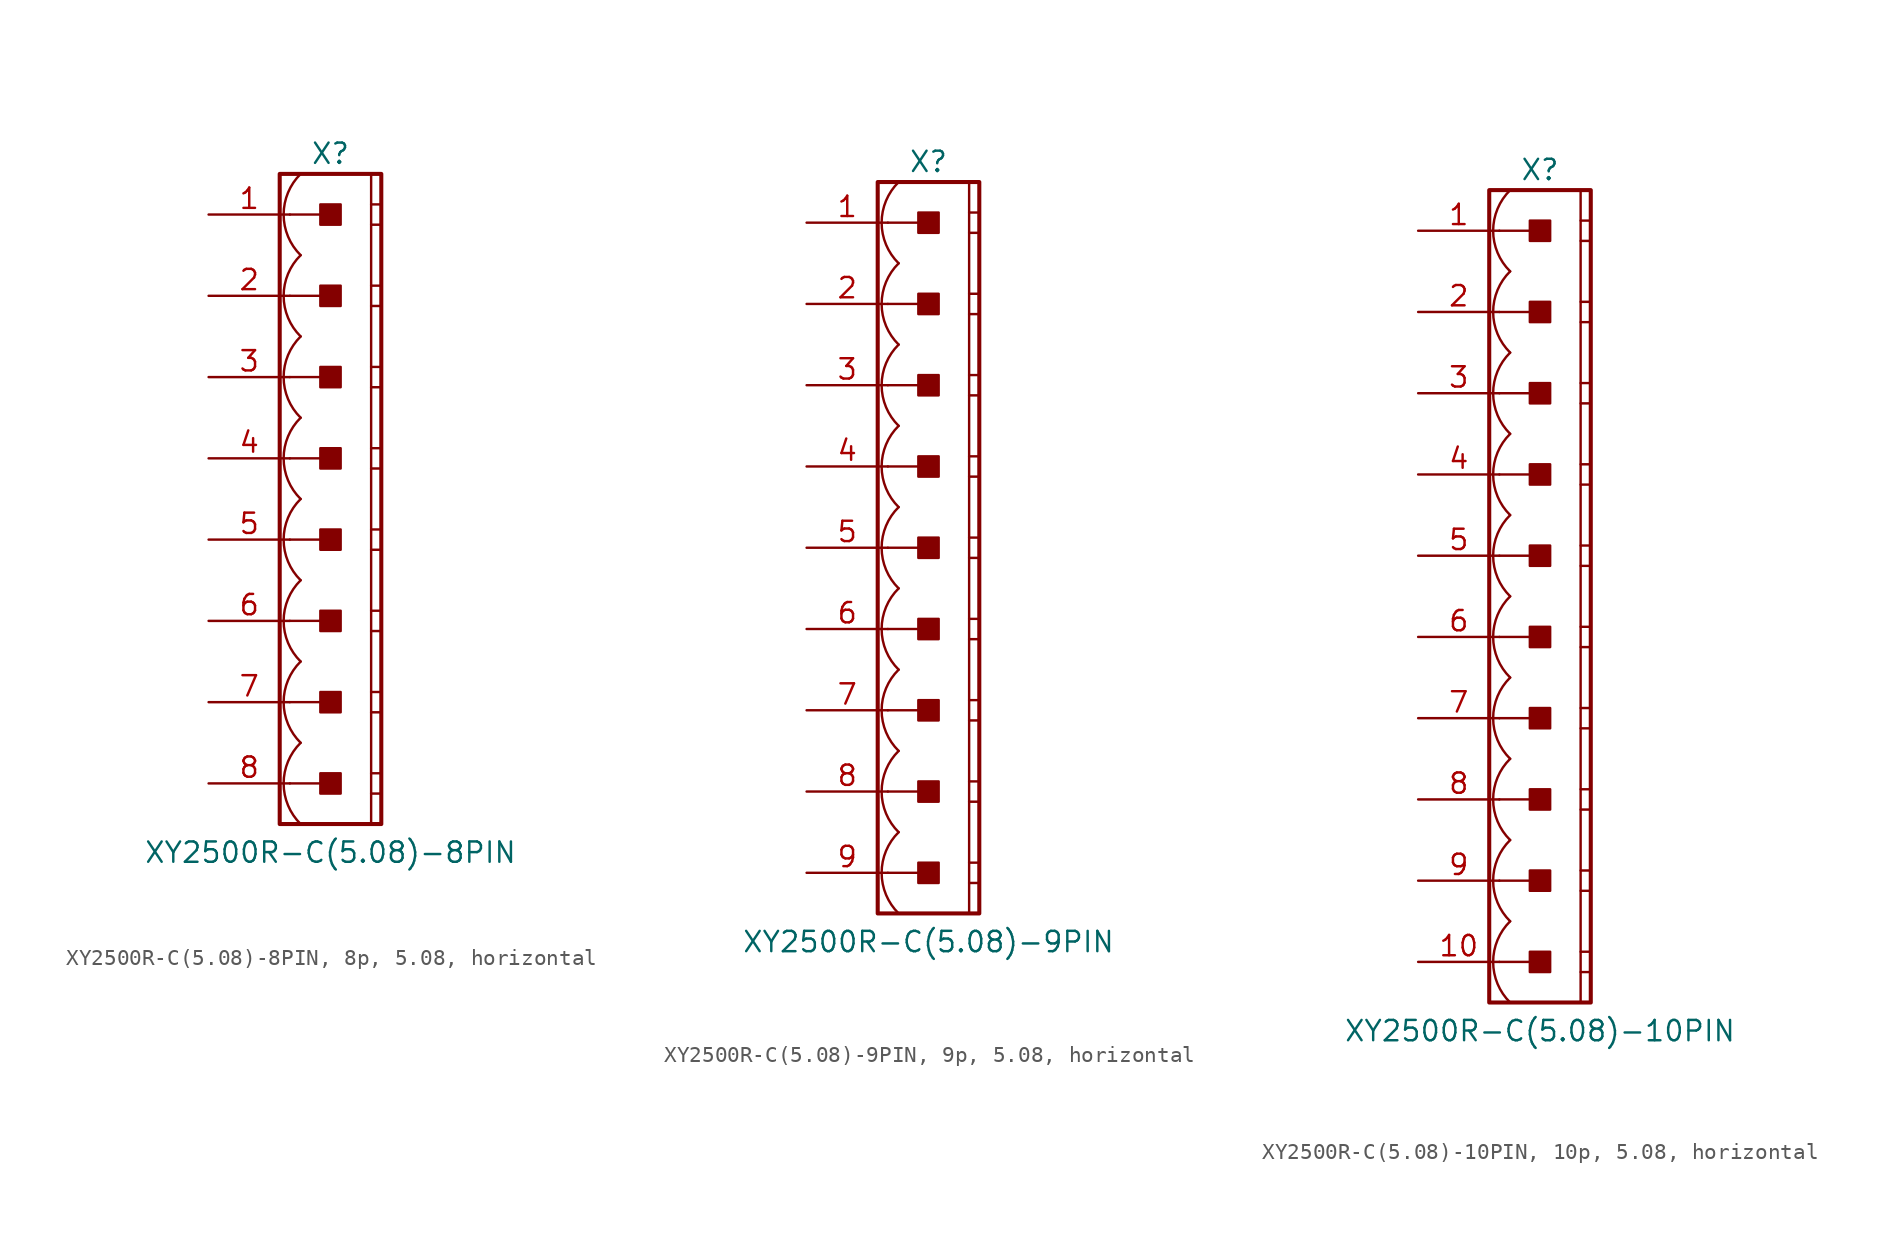
<source format=kicad_sym>
(kicad_symbol_lib
  (version 20241209)
  (generator "kicad_symbol_editor")
  (generator_version "9.0")
  (symbol "XY2500R-C(5.08)-8PIN, 8p, 5.08, horizontal"
    (pin_names
      (offset 1.016)
      (hide yes))
    (property "Reference" "X"
      (at 0 21.59 0)
      (effects (font (size 1.27 1.27))))
    (property "Value" "XY2500R-C(5.08)-8PIN"
      (at 0 -22.098 0)
      (effects (font (size 1.27 1.27))))
    (symbol "XY2500R-C(5.08)-8PIN, 8p, 5.08, horizontal_0_1"
      (polyline (pts (xy 2.54 20.32) (xy 2.54 -20.32)) (stroke (width 0.152) (type default)) (fill (type none)))
      (polyline (pts (xy 2.54 18.415) (xy 3.175 18.415)) (stroke (width 0.152) (type default)) (fill (type none)))
      (polyline (pts (xy 2.54 17.145) (xy 3.175 17.145)) (stroke (width 0.152) (type default)) (fill (type none)))
      (polyline (pts (xy 2.54 13.335) (xy 3.175 13.335)) (stroke (width 0.152) (type default)) (fill (type none)))
      (polyline (pts (xy 2.54 12.065) (xy 3.175 12.065)) (stroke (width 0.152) (type default)) (fill (type none)))
      (polyline (pts (xy 2.54 8.255) (xy 3.175 8.255)) (stroke (width 0.152) (type default)) (fill (type none)))
      (polyline (pts (xy 2.54 6.985) (xy 3.175 6.985)) (stroke (width 0.152) (type default)) (fill (type none)))
      (polyline (pts (xy 2.54 3.175) (xy 3.175 3.175)) (stroke (width 0.152) (type default)) (fill (type none)))
      (polyline (pts (xy 2.54 1.905) (xy 3.175 1.905)) (stroke (width 0.152) (type default)) (fill (type none)))
      (polyline (pts (xy 2.54 -1.905) (xy 3.175 -1.905)) (stroke (width 0.152) (type default)) (fill (type none)))
      (polyline (pts (xy 2.54 -3.175) (xy 3.175 -3.175)) (stroke (width 0.152) (type default)) (fill (type none)))
      (polyline (pts (xy 2.54 -6.985) (xy 3.175 -6.985)) (stroke (width 0.152) (type default)) (fill (type none)))
      (polyline (pts (xy 2.54 -8.255) (xy 3.175 -8.255)) (stroke (width 0.152) (type default)) (fill (type none)))
      (polyline (pts (xy 2.54 -12.065) (xy 3.175 -12.065)) (stroke (width 0.152) (type default)) (fill (type none)))
      (polyline (pts (xy 2.54 -13.335) (xy 3.175 -13.335)) (stroke (width 0.152) (type default)) (fill (type none)))
      (polyline (pts (xy 2.54 -17.145) (xy 3.175 -17.145)) (stroke (width 0.152) (type default)) (fill (type none)))
      (polyline (pts (xy 2.54 -18.415) (xy 3.175 -18.415)) (stroke (width 0.152) (type default)) (fill (type none))))
    (symbol "XY2500R-C(5.08)-8PIN, 8p, 5.08, horizontal_1_0"
      (polyline (pts (xy -2.54 17.78) (xy 0 17.78)) (stroke (width 0.152) (type default)) (fill (type none)))
      (polyline (pts (xy -2.54 12.7) (xy 0 12.7)) (stroke (width 0.152) (type default)) (fill (type none)))
      (polyline (pts (xy -2.54 7.62) (xy 0 7.62)) (stroke (width 0.152) (type default)) (fill (type none)))
      (polyline (pts (xy -2.54 2.54) (xy 0 2.54)) (stroke (width 0.152) (type default)) (fill (type none)))
      (polyline (pts (xy -2.54 -2.54) (xy 0 -2.54)) (stroke (width 0.152) (type default)) (fill (type none)))
      (polyline (pts (xy -2.54 -7.62) (xy 0 -7.62)) (stroke (width 0.152) (type default)) (fill (type none)))
      (polyline (pts (xy -2.54 -12.7) (xy 0 -12.7)) (stroke (width 0.152) (type default)) (fill (type none)))
      (polyline (pts (xy -2.54 -17.78) (xy 0 -17.78)) (stroke (width 0.152) (type default)) (fill (type none))))
    (symbol "XY2500R-C(5.08)-8PIN, 8p, 5.08, horizontal_1_1"
      (rectangle (start -3.175 20.32) (end 3.175 -20.32) (stroke (width 0.254) (type default)) (fill (type none)))
      (rectangle (start -0.635 17.145) (end 0.635 18.415) (stroke (width 0.152) (type default)) (fill (type outline)))
      (rectangle (start -0.635 12.065) (end 0.635 13.335) (stroke (width 0.152) (type default)) (fill (type outline)))
      (rectangle (start -0.635 6.985) (end 0.635 8.255) (stroke (width 0.152) (type default)) (fill (type outline)))
      (rectangle (start -0.635 1.905) (end 0.635 3.175) (stroke (width 0.152) (type default)) (fill (type outline)))
      (rectangle (start -0.635 -3.175) (end 0.635 -1.905) (stroke (width 0.152) (type default)) (fill (type outline)))
      (rectangle (start -0.635 -8.255) (end 0.635 -6.985) (stroke (width 0.152) (type default)) (fill (type outline)))
      (rectangle (start -0.635 -13.335) (end 0.635 -12.065) (stroke (width 0.152) (type default)) (fill (type outline)))
      (rectangle (start -0.635 -18.415) (end 0.635 -17.145) (stroke (width 0.152) (type default)) (fill (type outline)))
      (arc (start -1.8664 15.24) (mid -2.9299 17.78) (end -1.8664 20.32) (stroke (width 0.1524) (type default)) (fill (type none)))
      (arc (start -1.8664 10.16) (mid -2.9299 12.7) (end -1.8664 15.24) (stroke (width 0.1524) (type default)) (fill (type none)))
      (arc (start -1.8664 5.08) (mid -2.9299 7.62) (end -1.8664 10.16) (stroke (width 0.1524) (type default)) (fill (type none)))
      (arc (start -1.8664 0) (mid -2.9299 2.54) (end -1.8664 5.08) (stroke (width 0.1524) (type default)) (fill (type none)))
      (arc (start -1.8664 -5.08) (mid -2.9299 -2.54) (end -1.8664 0) (stroke (width 0.1524) (type default)) (fill (type none)))
      (arc (start -1.8664 -10.16) (mid -2.9299 -7.62) (end -1.8664 -5.08) (stroke (width 0.1524) (type default)) (fill (type none)))
      (arc (start -1.8664 -15.24) (mid -2.9299 -12.7) (end -1.8664 -10.16) (stroke (width 0.1524) (type default)) (fill (type none)))
      (arc (start -1.8664 -20.32) (mid -2.9299 -17.78) (end -1.8664 -15.24) (stroke (width 0.1524) (type default)) (fill (type none)))
      (pin passive line (at -7.62 17.78 0) (length 5.08) (name "1" (effects (font (size 1.27 1.27)))) (number "1" (effects (font (size 1.27 1.27)))))
      (pin passive line (at -7.62 12.7 0) (length 5.08) (name "2" (effects (font (size 1.27 1.27)))) (number "2" (effects (font (size 1.27 1.27)))))
      (pin passive line (at -7.62 7.62 0) (length 5.08) (name "3" (effects (font (size 1.27 1.27)))) (number "3" (effects (font (size 1.27 1.27)))))
      (pin passive line (at -7.62 2.54 0) (length 5.08) (name "4" (effects (font (size 1.27 1.27)))) (number "4" (effects (font (size 1.27 1.27)))))
      (pin passive line (at -7.62 -2.54 0) (length 5.08) (name "5" (effects (font (size 1.27 1.27)))) (number "5" (effects (font (size 1.27 1.27)))))
      (pin passive line (at -7.62 -7.62 0) (length 5.08) (name "6" (effects (font (size 1.27 1.27)))) (number "6" (effects (font (size 1.27 1.27)))))
      (pin passive line (at -7.62 -12.7 0) (length 5.08) (name "7" (effects (font (size 1.27 1.27)))) (number "7" (effects (font (size 1.27 1.27)))))
      (pin passive line (at -7.62 -17.78 0) (length 5.08) (name "8" (effects (font (size 1.27 1.27)))) (number "8" (effects (font (size 1.27 1.27)))))))
  (symbol "XY2500R-C(5.08)-9PIN, 9p, 5.08, horizontal"
    (pin_names
      (offset 1.016)
      (hide yes))
    (property "Reference" "X"
      (at 0 24.13 0)
      (effects (font (size 1.27 1.27))))
    (property "Value" "XY2500R-C(5.08)-9PIN"
      (at 0 -24.638 0)
      (effects (font (size 1.27 1.27))))
    (symbol "XY2500R-C(5.08)-9PIN, 9p, 5.08, horizontal_0_1"
      (polyline (pts (xy 2.54 22.86) (xy 2.54 -22.86)) (stroke (width 0.152) (type default)) (fill (type none)))
      (polyline (pts (xy 2.54 20.955) (xy 3.175 20.955)) (stroke (width 0.152) (type default)) (fill (type none)))
      (polyline (pts (xy 2.54 19.685) (xy 3.175 19.685)) (stroke (width 0.152) (type default)) (fill (type none)))
      (polyline (pts (xy 2.54 15.875) (xy 3.175 15.875)) (stroke (width 0.152) (type default)) (fill (type none)))
      (polyline (pts (xy 2.54 14.605) (xy 3.175 14.605)) (stroke (width 0.152) (type default)) (fill (type none)))
      (polyline (pts (xy 2.54 10.795) (xy 3.175 10.795)) (stroke (width 0.152) (type default)) (fill (type none)))
      (polyline (pts (xy 2.54 9.525) (xy 3.175 9.525)) (stroke (width 0.152) (type default)) (fill (type none)))
      (polyline (pts (xy 2.54 5.715) (xy 3.175 5.715)) (stroke (width 0.152) (type default)) (fill (type none)))
      (polyline (pts (xy 2.54 4.445) (xy 3.175 4.445)) (stroke (width 0.152) (type default)) (fill (type none)))
      (polyline (pts (xy 2.54 0.635) (xy 3.175 0.635)) (stroke (width 0.152) (type default)) (fill (type none)))
      (polyline (pts (xy 2.54 -0.635) (xy 3.175 -0.635)) (stroke (width 0.152) (type default)) (fill (type none)))
      (polyline (pts (xy 2.54 -4.445) (xy 3.175 -4.445)) (stroke (width 0.152) (type default)) (fill (type none)))
      (polyline (pts (xy 2.54 -5.715) (xy 3.175 -5.715)) (stroke (width 0.152) (type default)) (fill (type none)))
      (polyline (pts (xy 2.54 -9.525) (xy 3.175 -9.525)) (stroke (width 0.152) (type default)) (fill (type none)))
      (polyline (pts (xy 2.54 -10.795) (xy 3.175 -10.795)) (stroke (width 0.152) (type default)) (fill (type none)))
      (polyline (pts (xy 2.54 -14.605) (xy 3.175 -14.605)) (stroke (width 0.152) (type default)) (fill (type none)))
      (polyline (pts (xy 2.54 -15.875) (xy 3.175 -15.875)) (stroke (width 0.152) (type default)) (fill (type none)))
      (polyline (pts (xy 2.54 -19.685) (xy 3.175 -19.685)) (stroke (width 0.152) (type default)) (fill (type none)))
      (polyline (pts (xy 2.54 -20.955) (xy 3.175 -20.955)) (stroke (width 0.152) (type default)) (fill (type none))))
    (symbol "XY2500R-C(5.08)-9PIN, 9p, 5.08, horizontal_1_0"
      (polyline (pts (xy -2.54 20.32) (xy 0 20.32)) (stroke (width 0.152) (type default)) (fill (type none)))
      (polyline (pts (xy -2.54 15.24) (xy 0 15.24)) (stroke (width 0.152) (type default)) (fill (type none)))
      (polyline (pts (xy -2.54 10.16) (xy 0 10.16)) (stroke (width 0.152) (type default)) (fill (type none)))
      (polyline (pts (xy -2.54 5.08) (xy 0 5.08)) (stroke (width 0.152) (type default)) (fill (type none)))
      (polyline (pts (xy -2.54 0) (xy 0 0)) (stroke (width 0.152) (type default)) (fill (type none)))
      (polyline (pts (xy -2.54 -5.08) (xy 0 -5.08)) (stroke (width 0.152) (type default)) (fill (type none)))
      (polyline (pts (xy -2.54 -10.16) (xy 0 -10.16)) (stroke (width 0.152) (type default)) (fill (type none)))
      (polyline (pts (xy -2.54 -15.24) (xy 0 -15.24)) (stroke (width 0.152) (type default)) (fill (type none)))
      (polyline (pts (xy -2.54 -20.32) (xy 0 -20.32)) (stroke (width 0.152) (type default)) (fill (type none))))
    (symbol "XY2500R-C(5.08)-9PIN, 9p, 5.08, horizontal_1_1"
      (rectangle (start -3.175 22.86) (end 3.175 -22.86) (stroke (width 0.254) (type default)) (fill (type none)))
      (rectangle (start -0.635 19.685) (end 0.635 20.955) (stroke (width 0.152) (type default)) (fill (type outline)))
      (rectangle (start -0.635 14.605) (end 0.635 15.875) (stroke (width 0.152) (type default)) (fill (type outline)))
      (rectangle (start -0.635 9.525) (end 0.635 10.795) (stroke (width 0.152) (type default)) (fill (type outline)))
      (rectangle (start -0.635 4.445) (end 0.635 5.715) (stroke (width 0.152) (type default)) (fill (type outline)))
      (rectangle (start -0.635 -0.635) (end 0.635 0.635) (stroke (width 0.152) (type default)) (fill (type outline)))
      (rectangle (start -0.635 -5.715) (end 0.635 -4.445) (stroke (width 0.152) (type default)) (fill (type outline)))
      (rectangle (start -0.635 -10.795) (end 0.635 -9.525) (stroke (width 0.152) (type default)) (fill (type outline)))
      (rectangle (start -0.635 -15.875) (end 0.635 -14.605) (stroke (width 0.152) (type default)) (fill (type outline)))
      (rectangle (start -0.635 -20.955) (end 0.635 -19.685) (stroke (width 0.152) (type default)) (fill (type outline)))
      (arc (start -1.8664 17.78) (mid -2.9299 20.32) (end -1.8664 22.86) (stroke (width 0.1524) (type default)) (fill (type none)))
      (arc (start -1.8664 12.7) (mid -2.9299 15.24) (end -1.8664 17.78) (stroke (width 0.1524) (type default)) (fill (type none)))
      (arc (start -1.8664 7.62) (mid -2.9299 10.16) (end -1.8664 12.7) (stroke (width 0.1524) (type default)) (fill (type none)))
      (arc (start -1.8664 2.54) (mid -2.9299 5.08) (end -1.8664 7.62) (stroke (width 0.1524) (type default)) (fill (type none)))
      (arc (start -1.8664 -2.54) (mid -2.9299 0) (end -1.8664 2.54) (stroke (width 0.1524) (type default)) (fill (type none)))
      (arc (start -1.8664 -7.62) (mid -2.9299 -5.08) (end -1.8664 -2.54) (stroke (width 0.1524) (type default)) (fill (type none)))
      (arc (start -1.8664 -12.7) (mid -2.9299 -10.16) (end -1.8664 -7.62) (stroke (width 0.1524) (type default)) (fill (type none)))
      (arc (start -1.8664 -17.78) (mid -2.9299 -15.24) (end -1.8664 -12.7) (stroke (width 0.1524) (type default)) (fill (type none)))
      (arc (start -1.8664 -22.86) (mid -2.9299 -20.32) (end -1.8664 -17.78) (stroke (width 0.1524) (type default)) (fill (type none)))
      (pin passive line (at -7.62 20.32 0) (length 5.08) (name "1" (effects (font (size 1.27 1.27)))) (number "1" (effects (font (size 1.27 1.27)))))
      (pin passive line (at -7.62 15.24 0) (length 5.08) (name "2" (effects (font (size 1.27 1.27)))) (number "2" (effects (font (size 1.27 1.27)))))
      (pin passive line (at -7.62 10.16 0) (length 5.08) (name "3" (effects (font (size 1.27 1.27)))) (number "3" (effects (font (size 1.27 1.27)))))
      (pin passive line (at -7.62 5.08 0) (length 5.08) (name "4" (effects (font (size 1.27 1.27)))) (number "4" (effects (font (size 1.27 1.27)))))
      (pin passive line (at -7.62 0 0) (length 5.08) (name "5" (effects (font (size 1.27 1.27)))) (number "5" (effects (font (size 1.27 1.27)))))
      (pin passive line (at -7.62 -5.08 0) (length 5.08) (name "6" (effects (font (size 1.27 1.27)))) (number "6" (effects (font (size 1.27 1.27)))))
      (pin passive line (at -7.62 -10.16 0) (length 5.08) (name "7" (effects (font (size 1.27 1.27)))) (number "7" (effects (font (size 1.27 1.27)))))
      (pin passive line (at -7.62 -15.24 0) (length 5.08) (name "8" (effects (font (size 1.27 1.27)))) (number "8" (effects (font (size 1.27 1.27)))))
      (pin passive line (at -7.62 -20.32 0) (length 5.08) (name "9" (effects (font (size 1.27 1.27)))) (number "9" (effects (font (size 1.27 1.27)))))))
  (symbol "XY2500R-C(5.08)-10PIN, 10p, 5.08, horizontal"
    (pin_names
      (offset 1.016)
      (hide yes))
    (property "Reference" "X"
      (at 0 26.67 0)
      (effects (font (size 1.27 1.27))))
    (property "Value" "XY2500R-C(5.08)-10PIN"
      (at 0 -27.178 0)
      (effects (font (size 1.27 1.27))))
    (symbol "XY2500R-C(5.08)-10PIN, 10p, 5.08, horizontal_0_1"
      (polyline (pts (xy 2.54 25.4) (xy 2.54 -25.4)) (stroke (width 0.152) (type default)) (fill (type none)))
      (polyline (pts (xy 2.54 23.495) (xy 3.175 23.495)) (stroke (width 0.152) (type default)) (fill (type none)))
      (polyline (pts (xy 2.54 22.225) (xy 3.175 22.225)) (stroke (width 0.152) (type default)) (fill (type none)))
      (polyline (pts (xy 2.54 18.415) (xy 3.175 18.415)) (stroke (width 0.152) (type default)) (fill (type none)))
      (polyline (pts (xy 2.54 17.145) (xy 3.175 17.145)) (stroke (width 0.152) (type default)) (fill (type none)))
      (polyline (pts (xy 2.54 13.335) (xy 3.175 13.335)) (stroke (width 0.152) (type default)) (fill (type none)))
      (polyline (pts (xy 2.54 12.065) (xy 3.175 12.065)) (stroke (width 0.152) (type default)) (fill (type none)))
      (polyline (pts (xy 2.54 8.255) (xy 3.175 8.255)) (stroke (width 0.152) (type default)) (fill (type none)))
      (polyline (pts (xy 2.54 6.985) (xy 3.175 6.985)) (stroke (width 0.152) (type default)) (fill (type none)))
      (polyline (pts (xy 2.54 3.175) (xy 3.175 3.175)) (stroke (width 0.152) (type default)) (fill (type none)))
      (polyline (pts (xy 2.54 1.905) (xy 3.175 1.905)) (stroke (width 0.152) (type default)) (fill (type none)))
      (polyline (pts (xy 2.54 -1.905) (xy 3.175 -1.905)) (stroke (width 0.152) (type default)) (fill (type none)))
      (polyline (pts (xy 2.54 -3.175) (xy 3.175 -3.175)) (stroke (width 0.152) (type default)) (fill (type none)))
      (polyline (pts (xy 2.54 -6.985) (xy 3.175 -6.985)) (stroke (width 0.152) (type default)) (fill (type none)))
      (polyline (pts (xy 2.54 -8.255) (xy 3.175 -8.255)) (stroke (width 0.152) (type default)) (fill (type none)))
      (polyline (pts (xy 2.54 -12.065) (xy 3.175 -12.065)) (stroke (width 0.152) (type default)) (fill (type none)))
      (polyline (pts (xy 2.54 -13.335) (xy 3.175 -13.335)) (stroke (width 0.152) (type default)) (fill (type none)))
      (polyline (pts (xy 2.54 -17.145) (xy 3.175 -17.145)) (stroke (width 0.152) (type default)) (fill (type none)))
      (polyline (pts (xy 2.54 -18.415) (xy 3.175 -18.415)) (stroke (width 0.152) (type default)) (fill (type none)))
      (polyline (pts (xy 2.54 -22.225) (xy 3.175 -22.225)) (stroke (width 0.152) (type default)) (fill (type none)))
      (polyline (pts (xy 2.54 -23.495) (xy 3.175 -23.495)) (stroke (width 0.152) (type default)) (fill (type none))))
    (symbol "XY2500R-C(5.08)-10PIN, 10p, 5.08, horizontal_1_0"
      (polyline (pts (xy -2.54 22.86) (xy 0 22.86)) (stroke (width 0.152) (type default)) (fill (type none)))
      (polyline (pts (xy -2.54 17.78) (xy 0 17.78)) (stroke (width 0.152) (type default)) (fill (type none)))
      (polyline (pts (xy -2.54 12.7) (xy 0 12.7)) (stroke (width 0.152) (type default)) (fill (type none)))
      (polyline (pts (xy -2.54 7.62) (xy 0 7.62)) (stroke (width 0.152) (type default)) (fill (type none)))
      (polyline (pts (xy -2.54 2.54) (xy 0 2.54)) (stroke (width 0.152) (type default)) (fill (type none)))
      (polyline (pts (xy -2.54 -2.54) (xy 0 -2.54)) (stroke (width 0.152) (type default)) (fill (type none)))
      (polyline (pts (xy -2.54 -7.62) (xy 0 -7.62)) (stroke (width 0.152) (type default)) (fill (type none)))
      (polyline (pts (xy -2.54 -12.7) (xy 0 -12.7)) (stroke (width 0.152) (type default)) (fill (type none)))
      (polyline (pts (xy -2.54 -17.78) (xy 0 -17.78)) (stroke (width 0.152) (type default)) (fill (type none)))
      (polyline (pts (xy -2.54 -22.86) (xy 0 -22.86)) (stroke (width 0.152) (type default)) (fill (type none))))
    (symbol "XY2500R-C(5.08)-10PIN, 10p, 5.08, horizontal_1_1"
      (rectangle (start -3.175 25.4) (end 3.175 -25.4) (stroke (width 0.254) (type default)) (fill (type none)))
      (rectangle (start -0.635 22.225) (end 0.635 23.495) (stroke (width 0.152) (type default)) (fill (type outline)))
      (rectangle (start -0.635 17.145) (end 0.635 18.415) (stroke (width 0.152) (type default)) (fill (type outline)))
      (rectangle (start -0.635 12.065) (end 0.635 13.335) (stroke (width 0.152) (type default)) (fill (type outline)))
      (rectangle (start -0.635 6.985) (end 0.635 8.255) (stroke (width 0.152) (type default)) (fill (type outline)))
      (rectangle (start -0.635 1.905) (end 0.635 3.175) (stroke (width 0.152) (type default)) (fill (type outline)))
      (rectangle (start -0.635 -3.175) (end 0.635 -1.905) (stroke (width 0.152) (type default)) (fill (type outline)))
      (rectangle (start -0.635 -8.255) (end 0.635 -6.985) (stroke (width 0.152) (type default)) (fill (type outline)))
      (rectangle (start -0.635 -13.335) (end 0.635 -12.065) (stroke (width 0.152) (type default)) (fill (type outline)))
      (rectangle (start -0.635 -18.415) (end 0.635 -17.145) (stroke (width 0.152) (type default)) (fill (type outline)))
      (rectangle (start -0.635 -23.495) (end 0.635 -22.225) (stroke (width 0.152) (type default)) (fill (type outline)))
      (arc (start -1.8664 20.32) (mid -2.9299 22.86) (end -1.8664 25.4) (stroke (width 0.1524) (type default)) (fill (type none)))
      (arc (start -1.8664 15.24) (mid -2.9299 17.78) (end -1.8664 20.32) (stroke (width 0.1524) (type default)) (fill (type none)))
      (arc (start -1.8664 10.16) (mid -2.9299 12.7) (end -1.8664 15.24) (stroke (width 0.1524) (type default)) (fill (type none)))
      (arc (start -1.8664 5.08) (mid -2.9299 7.62) (end -1.8664 10.16) (stroke (width 0.1524) (type default)) (fill (type none)))
      (arc (start -1.8664 0) (mid -2.9299 2.54) (end -1.8664 5.08) (stroke (width 0.1524) (type default)) (fill (type none)))
      (arc (start -1.8664 -5.08) (mid -2.9299 -2.54) (end -1.8664 0) (stroke (width 0.1524) (type default)) (fill (type none)))
      (arc (start -1.8664 -10.16) (mid -2.9299 -7.62) (end -1.8664 -5.08) (stroke (width 0.1524) (type default)) (fill (type none)))
      (arc (start -1.8664 -15.24) (mid -2.9299 -12.7) (end -1.8664 -10.16) (stroke (width 0.1524) (type default)) (fill (type none)))
      (arc (start -1.8664 -20.32) (mid -2.9299 -17.78) (end -1.8664 -15.24) (stroke (width 0.1524) (type default)) (fill (type none)))
      (arc (start -1.8664 -25.4) (mid -2.9299 -22.86) (end -1.8664 -20.32) (stroke (width 0.1524) (type default)) (fill (type none)))
      (pin passive line (at -7.62 22.86 0) (length 5.08) (name "1" (effects (font (size 1.27 1.27)))) (number "1" (effects (font (size 1.27 1.27)))))
      (pin passive line (at -7.62 17.78 0) (length 5.08) (name "2" (effects (font (size 1.27 1.27)))) (number "2" (effects (font (size 1.27 1.27)))))
      (pin passive line (at -7.62 12.7 0) (length 5.08) (name "3" (effects (font (size 1.27 1.27)))) (number "3" (effects (font (size 1.27 1.27)))))
      (pin passive line (at -7.62 7.62 0) (length 5.08) (name "4" (effects (font (size 1.27 1.27)))) (number "4" (effects (font (size 1.27 1.27)))))
      (pin passive line (at -7.62 2.54 0) (length 5.08) (name "5" (effects (font (size 1.27 1.27)))) (number "5" (effects (font (size 1.27 1.27)))))
      (pin passive line (at -7.62 -2.54 0) (length 5.08) (name "6" (effects (font (size 1.27 1.27)))) (number "6" (effects (font (size 1.27 1.27)))))
      (pin passive line (at -7.62 -7.62 0) (length 5.08) (name "7" (effects (font (size 1.27 1.27)))) (number "7" (effects (font (size 1.27 1.27)))))
      (pin passive line (at -7.62 -12.7 0) (length 5.08) (name "8" (effects (font (size 1.27 1.27)))) (number "8" (effects (font (size 1.27 1.27)))))
      (pin passive line (at -7.62 -17.78 0) (length 5.08) (name "9" (effects (font (size 1.27 1.27)))) (number "9" (effects (font (size 1.27 1.27)))))
      (pin passive line (at -7.62 -22.86 0) (length 5.08) (name "10" (effects (font (size 1.27 1.27)))) (number "10" (effects (font (size 1.27 1.27))))))))
</source>
